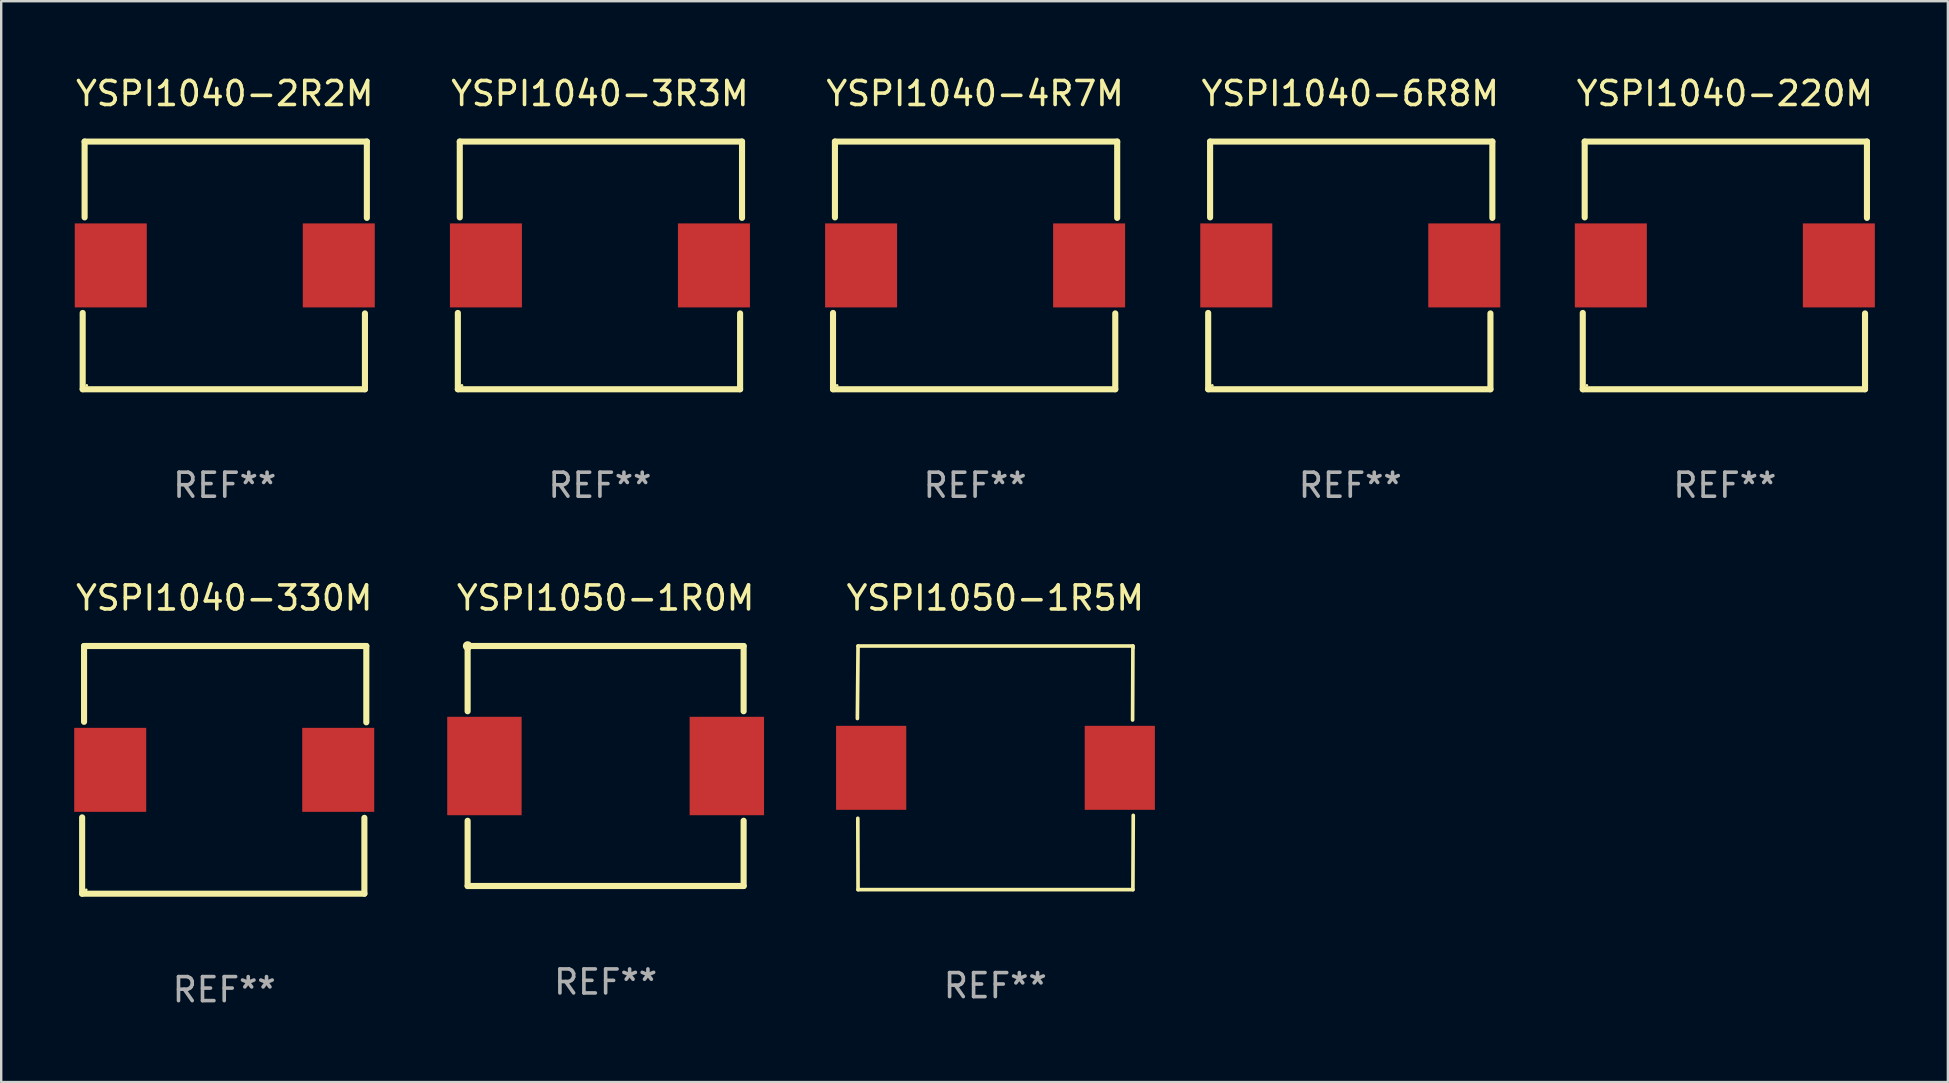
<source format=kicad_pcb>
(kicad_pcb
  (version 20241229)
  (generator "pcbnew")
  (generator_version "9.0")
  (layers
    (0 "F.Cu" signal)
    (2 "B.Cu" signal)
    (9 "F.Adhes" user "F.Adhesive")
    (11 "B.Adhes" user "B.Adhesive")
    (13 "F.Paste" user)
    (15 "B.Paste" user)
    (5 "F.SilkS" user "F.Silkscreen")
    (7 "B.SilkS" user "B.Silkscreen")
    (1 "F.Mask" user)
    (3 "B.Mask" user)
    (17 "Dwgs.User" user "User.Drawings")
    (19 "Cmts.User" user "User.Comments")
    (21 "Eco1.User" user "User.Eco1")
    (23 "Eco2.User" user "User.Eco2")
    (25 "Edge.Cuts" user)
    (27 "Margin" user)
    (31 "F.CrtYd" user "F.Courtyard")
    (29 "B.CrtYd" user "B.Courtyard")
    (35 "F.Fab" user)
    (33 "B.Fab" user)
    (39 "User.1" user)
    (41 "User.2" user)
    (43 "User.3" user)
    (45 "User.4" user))
  (footprint "YSPI1040-220M"
    (layer "F.Cu")
    (at 68.815 8.008)
    (property "Reference" "YSPI1040-220M" (at 0 -7.16 0) (layer "F.SilkS") (effects (font (size 1 1) (thickness 0.15))))
    (attr through_hole)
    (fp_line (start -5.92 5.16) (end -5.92 1.98) (stroke (width 0.254) (type solid)) (layer "F.SilkS"))
    (fp_line (start -5.84 -5.16) (end 5.92 -5.16) (stroke (width 0.254) (type solid)) (layer "F.SilkS"))
    (fp_line (start -5.84 -2) (end -5.84 -5.16) (stroke (width 0.254) (type solid)) (layer "F.SilkS"))
    (fp_line (start 5.84 2) (end 5.84 5.16) (stroke (width 0.254) (type solid)) (layer "F.SilkS"))
    (fp_line (start 5.84 5.16) (end -5.92 5.16) (stroke (width 0.254) (type solid)) (layer "F.SilkS"))
    (fp_line (start 5.92 -5.16) (end 5.92 -1.98) (stroke (width 0.254) (type solid)) (layer "F.SilkS"))
    (fp_circle (center -5.75 5) (end -5.72 5) (stroke (width 0.06) (type solid)) (fill no) (layer "F.SilkS"))
    (fp_text user "REF**" (at 0 9.16 0) (layer "F.Fab") (effects (font (size 1 1) (thickness 0.15))))
    (pad "1" smd rect (at -4.75 0) (size 3 3.5) (layers "F.Cu" "F.Mask" "F.Paste"))
    (pad "2" smd rect (at 4.75 0) (size 3 3.5) (layers "F.Cu" "F.Mask" "F.Paste")))
  (footprint "YSPI1040-2R2M"
    (layer "F.Cu")
    (at 6.315 8.008)
    (property "Reference" "YSPI1040-2R2M" (at 0 -7.16 0) (layer "F.SilkS") (effects (font (size 1 1) (thickness 0.15))))
    (attr through_hole)
    (fp_line (start -5.92 5.16) (end -5.92 1.98) (stroke (width 0.254) (type solid)) (layer "F.SilkS"))
    (fp_line (start -5.84 -5.16) (end 5.92 -5.16) (stroke (width 0.254) (type solid)) (layer "F.SilkS"))
    (fp_line (start -5.84 -2) (end -5.84 -5.16) (stroke (width 0.254) (type solid)) (layer "F.SilkS"))
    (fp_line (start 5.84 2) (end 5.84 5.16) (stroke (width 0.254) (type solid)) (layer "F.SilkS"))
    (fp_line (start 5.84 5.16) (end -5.92 5.16) (stroke (width 0.254) (type solid)) (layer "F.SilkS"))
    (fp_line (start 5.92 -5.16) (end 5.92 -1.98) (stroke (width 0.254) (type solid)) (layer "F.SilkS"))
    (fp_circle (center -5.75 5) (end -5.72 5) (stroke (width 0.06) (type solid)) (fill no) (layer "F.SilkS"))
    (fp_text user "REF**" (at 0 9.16 0) (layer "F.Fab") (effects (font (size 1 1) (thickness 0.15))))
    (pad "1" smd rect (at -4.75 0) (size 3 3.5) (layers "F.Cu" "F.Mask" "F.Paste"))
    (pad "2" smd rect (at 4.75 0) (size 3 3.5) (layers "F.Cu" "F.Mask" "F.Paste")))
  (footprint "YSPI1040-4R7M"
    (layer "F.Cu")
    (at 37.577 8.008)
    (property "Reference" "YSPI1040-4R7M" (at 0 -7.16 0) (layer "F.SilkS") (effects (font (size 1 1) (thickness 0.15))))
    (attr through_hole)
    (fp_line (start -5.92 5.16) (end -5.92 1.98) (stroke (width 0.254) (type solid)) (layer "F.SilkS"))
    (fp_line (start -5.84 -5.16) (end 5.92 -5.16) (stroke (width 0.254) (type solid)) (layer "F.SilkS"))
    (fp_line (start -5.84 -2) (end -5.84 -5.16) (stroke (width 0.254) (type solid)) (layer "F.SilkS"))
    (fp_line (start 5.84 2) (end 5.84 5.16) (stroke (width 0.254) (type solid)) (layer "F.SilkS"))
    (fp_line (start 5.84 5.16) (end -5.92 5.16) (stroke (width 0.254) (type solid)) (layer "F.SilkS"))
    (fp_line (start 5.92 -5.16) (end 5.92 -1.98) (stroke (width 0.254) (type solid)) (layer "F.SilkS"))
    (fp_circle (center -5.75 5) (end -5.72 5) (stroke (width 0.06) (type solid)) (fill no) (layer "F.SilkS"))
    (fp_text user "REF**" (at 0 9.16 0) (layer "F.Fab") (effects (font (size 1 1) (thickness 0.15))))
    (pad "1" smd rect (at -4.75 0) (size 3 3.5) (layers "F.Cu" "F.Mask" "F.Paste"))
    (pad "2" smd rect (at 4.75 0) (size 3 3.5) (layers "F.Cu" "F.Mask" "F.Paste")))
  (footprint "YSPI1040-3R3M"
    (layer "F.Cu")
    (at 21.946 8.008)
    (property "Reference" "YSPI1040-3R3M" (at 0 -7.16 0) (layer "F.SilkS") (effects (font (size 1 1) (thickness 0.15))))
    (attr through_hole)
    (fp_line (start -5.92 5.16) (end -5.92 1.98) (stroke (width 0.254) (type solid)) (layer "F.SilkS"))
    (fp_line (start -5.84 -5.16) (end 5.92 -5.16) (stroke (width 0.254) (type solid)) (layer "F.SilkS"))
    (fp_line (start -5.84 -2) (end -5.84 -5.16) (stroke (width 0.254) (type solid)) (layer "F.SilkS"))
    (fp_line (start 5.84 2) (end 5.84 5.16) (stroke (width 0.254) (type solid)) (layer "F.SilkS"))
    (fp_line (start 5.84 5.16) (end -5.92 5.16) (stroke (width 0.254) (type solid)) (layer "F.SilkS"))
    (fp_line (start 5.92 -5.16) (end 5.92 -1.98) (stroke (width 0.254) (type solid)) (layer "F.SilkS"))
    (fp_circle (center -5.75 5) (end -5.72 5) (stroke (width 0.06) (type solid)) (fill no) (layer "F.SilkS"))
    (fp_text user "REF**" (at 0 9.16 0) (layer "F.Fab") (effects (font (size 1 1) (thickness 0.15))))
    (pad "1" smd rect (at -4.75 0) (size 3 3.5) (layers "F.Cu" "F.Mask" "F.Paste"))
    (pad "2" smd rect (at 4.75 0) (size 3 3.5) (layers "F.Cu" "F.Mask" "F.Paste")))
  (footprint "YSPI1050-1R0M"
    (layer "F.Cu")
    (at 22.183 28.865)
    (property "Reference" "YSPI1050-1R0M" (at 0 -7 0) (layer "F.SilkS") (effects (font (size 1 1) (thickness 0.15))))
    (attr through_hole)
    (fp_line (start -5.75 -5) (end -5.75 -2.281) (stroke (width 0.254) (type solid)) (layer "F.SilkS"))
    (fp_line (start -5.75 -5) (end 5.75 -5) (stroke (width 0.254) (type solid)) (layer "F.SilkS"))
    (fp_line (start -5.75 2.281) (end -5.75 5) (stroke (width 0.254) (type solid)) (layer "F.SilkS"))
    (fp_line (start 5.75 -5) (end 5.75 -2.281) (stroke (width 0.254) (type solid)) (layer "F.SilkS"))
    (fp_line (start 5.75 2.281) (end 5.75 5) (stroke (width 0.254) (type solid)) (layer "F.SilkS"))
    (fp_line (start 5.75 5) (end -5.75 5) (stroke (width 0.254) (type solid)) (layer "F.SilkS"))
    (fp_circle (center -5.75 -5) (end -5.65 -5) (stroke (width 0.2) (type solid)) (fill no) (layer "F.SilkS"))
    (fp_text user "REF**" (at 0 9 0) (layer "F.Fab") (effects (font (size 1 1) (thickness 0.15))))
    (pad "1" smd rect (at -5.05 0) (size 3.1 4.1) (layers "F.Cu" "F.Mask" "F.Paste"))
    (pad "2" smd rect (at 5.05 0) (size 3.1 4.1) (layers "F.Cu" "F.Mask" "F.Paste")))
  (footprint "YSPI1040-330M"
    (layer "F.Cu")
    (at 6.292 29.025)
    (property "Reference" "YSPI1040-330M" (at 0 -7.16 0) (layer "F.SilkS") (effects (font (size 1 1) (thickness 0.15))))
    (attr through_hole)
    (fp_line (start -5.92 5.16) (end -5.92 1.98) (stroke (width 0.254) (type solid)) (layer "F.SilkS"))
    (fp_line (start -5.84 -5.16) (end 5.92 -5.16) (stroke (width 0.254) (type solid)) (layer "F.SilkS"))
    (fp_line (start -5.84 -2) (end -5.84 -5.16) (stroke (width 0.254) (type solid)) (layer "F.SilkS"))
    (fp_line (start 5.84 2) (end 5.84 5.16) (stroke (width 0.254) (type solid)) (layer "F.SilkS"))
    (fp_line (start 5.84 5.16) (end -5.92 5.16) (stroke (width 0.254) (type solid)) (layer "F.SilkS"))
    (fp_line (start 5.92 -5.16) (end 5.92 -1.98) (stroke (width 0.254) (type solid)) (layer "F.SilkS"))
    (fp_circle (center -5.75 5) (end -5.72 5) (stroke (width 0.06) (type solid)) (fill no) (layer "F.SilkS"))
    (fp_text user "REF**" (at 0 9.16 0) (layer "F.Fab") (effects (font (size 1 1) (thickness 0.15))))
    (pad "1" smd rect (at -4.75 0) (size 3 3.5) (layers "F.Cu" "F.Mask" "F.Paste"))
    (pad "2" smd rect (at 4.75 0) (size 3 3.5) (layers "F.Cu" "F.Mask" "F.Paste")))
  (footprint "YSPI1040-6R8M"
    (layer "F.Cu")
    (at 53.208 8.008)
    (property "Reference" "YSPI1040-6R8M" (at 0 -7.16 0) (layer "F.SilkS") (effects (font (size 1 1) (thickness 0.15))))
    (attr through_hole)
    (fp_line (start -5.92 5.16) (end -5.92 1.98) (stroke (width 0.254) (type solid)) (layer "F.SilkS"))
    (fp_line (start -5.84 -5.16) (end 5.92 -5.16) (stroke (width 0.254) (type solid)) (layer "F.SilkS"))
    (fp_line (start -5.84 -2) (end -5.84 -5.16) (stroke (width 0.254) (type solid)) (layer "F.SilkS"))
    (fp_line (start 5.84 2) (end 5.84 5.16) (stroke (width 0.254) (type solid)) (layer "F.SilkS"))
    (fp_line (start 5.84 5.16) (end -5.92 5.16) (stroke (width 0.254) (type solid)) (layer "F.SilkS"))
    (fp_line (start 5.92 -5.16) (end 5.92 -1.98) (stroke (width 0.254) (type solid)) (layer "F.SilkS"))
    (fp_circle (center -5.75 5) (end -5.72 5) (stroke (width 0.06) (type solid)) (fill no) (layer "F.SilkS"))
    (fp_text user "REF**" (at 0 9.16 0) (layer "F.Fab") (effects (font (size 1 1) (thickness 0.15))))
    (pad "1" smd rect (at -4.75 0) (size 3 3.5) (layers "F.Cu" "F.Mask" "F.Paste"))
    (pad "2" smd rect (at 4.75 0) (size 3 3.5) (layers "F.Cu" "F.Mask" "F.Paste")))
  (footprint "YSPI1050-1R5M"
    (layer "F.Cu")
    (at 38.419 28.941)
    (property "Reference" "YSPI1050-1R5M" (at 0 -7.076 0) (layer "F.SilkS") (effects (font (size 1 1) (thickness 0.15))))
    (attr through_hole)
    (fp_line (start -5.747 -2.055) (end -5.719 -5.076) (stroke (width 0.152) (type solid)) (layer "F.SilkS"))
    (fp_line (start -5.729 2.102) (end -5.719 5.076) (stroke (width 0.152) (type solid)) (layer "F.SilkS"))
    (fp_line (start -5.719 -5.076) (end 5.733 -5.076) (stroke (width 0.152) (type solid)) (layer "F.SilkS"))
    (fp_line (start -5.719 5.076) (end 5.733 5.076) (stroke (width 0.152) (type solid)) (layer "F.SilkS"))
    (fp_line (start 5.733 -5.076) (end 5.72 -1.993) (stroke (width 0.152) (type solid)) (layer "F.SilkS"))
    (fp_line (start 5.733 5.076) (end 5.747 1.981) (stroke (width 0.152) (type solid)) (layer "F.SilkS"))
    (fp_circle (center 5.757 -5) (end 5.787 -5) (stroke (width 0.06) (type solid)) (fill no) (layer "F.SilkS"))
    (fp_text user "REF**" (at 0 9.076 0) (layer "F.Fab") (effects (font (size 1 1) (thickness 0.15))))
    (pad "1" smd rect (at 5.187 0) (size 2.924 3.5) (layers "F.Cu" "F.Mask" "F.Paste"))
    (pad "2" smd rect (at -5.173 0) (size 2.924 3.5) (layers "F.Cu" "F.Mask" "F.Paste")))
  (gr_rect
    (start -3 -3)
    (end 78.107 42.033)
    (stroke (width 0.1) (type default))
    (fill no)
    (layer "Edge.Cuts")))
</source>
